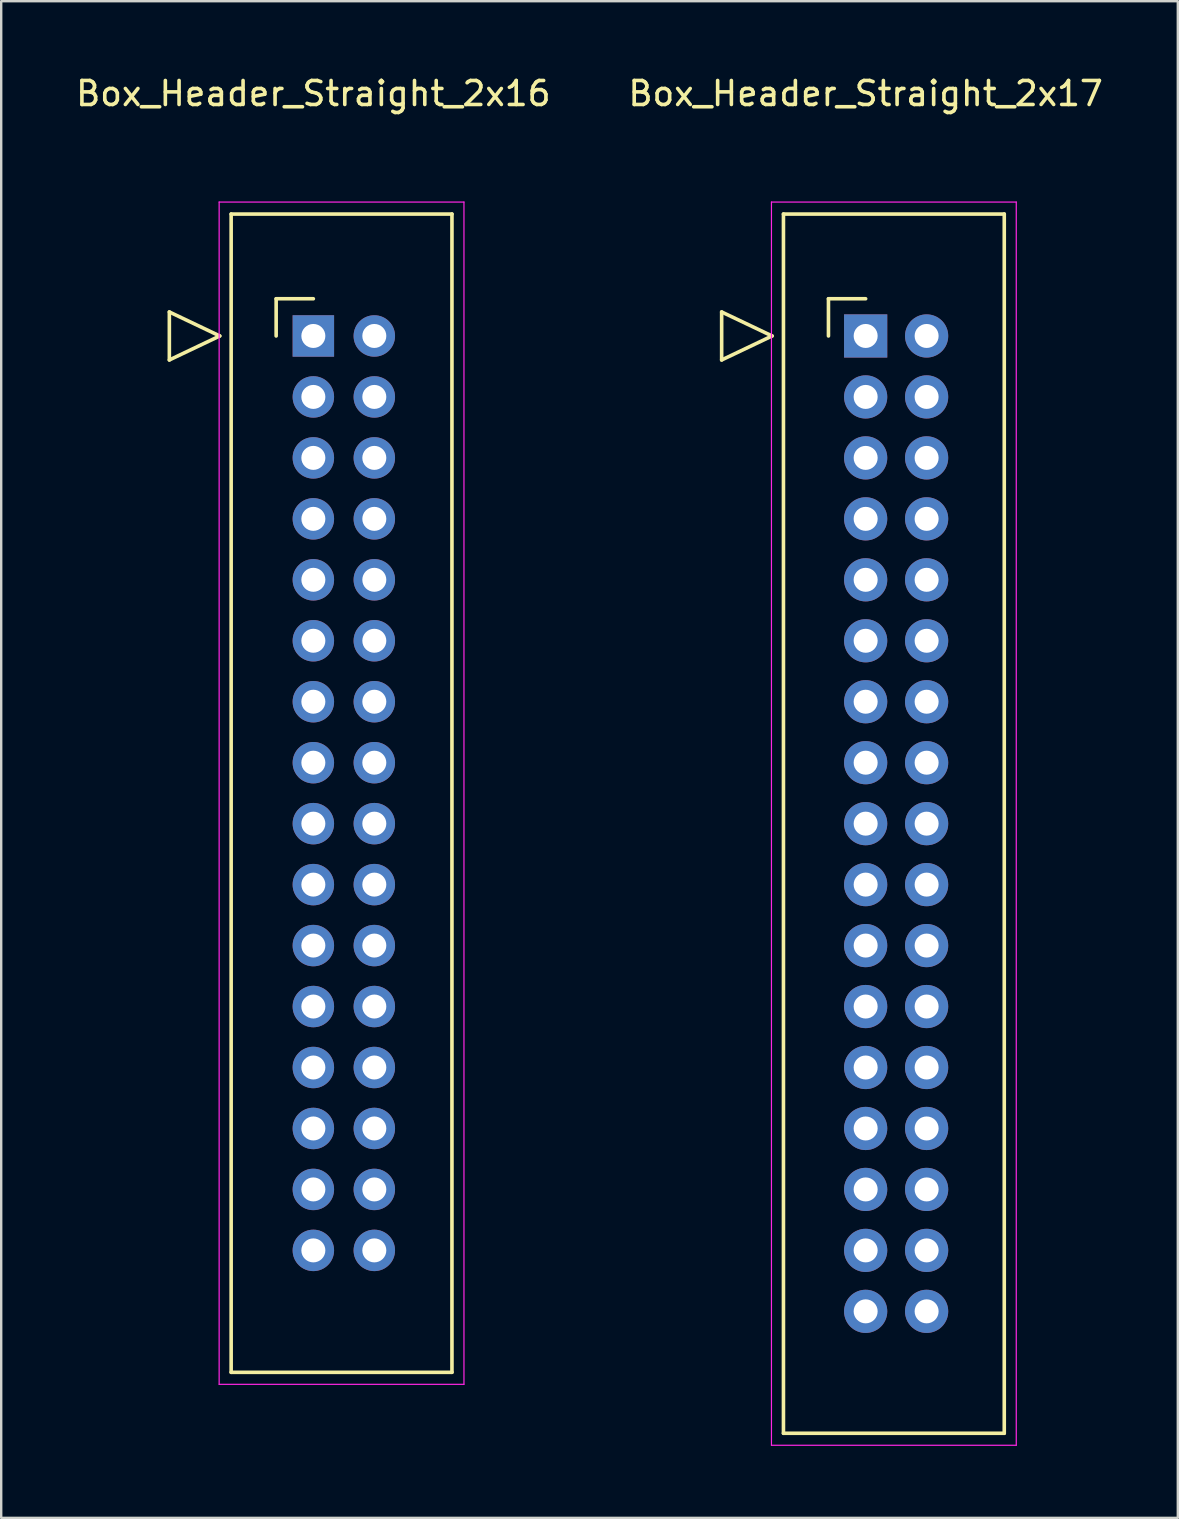
<source format=kicad_pcb>
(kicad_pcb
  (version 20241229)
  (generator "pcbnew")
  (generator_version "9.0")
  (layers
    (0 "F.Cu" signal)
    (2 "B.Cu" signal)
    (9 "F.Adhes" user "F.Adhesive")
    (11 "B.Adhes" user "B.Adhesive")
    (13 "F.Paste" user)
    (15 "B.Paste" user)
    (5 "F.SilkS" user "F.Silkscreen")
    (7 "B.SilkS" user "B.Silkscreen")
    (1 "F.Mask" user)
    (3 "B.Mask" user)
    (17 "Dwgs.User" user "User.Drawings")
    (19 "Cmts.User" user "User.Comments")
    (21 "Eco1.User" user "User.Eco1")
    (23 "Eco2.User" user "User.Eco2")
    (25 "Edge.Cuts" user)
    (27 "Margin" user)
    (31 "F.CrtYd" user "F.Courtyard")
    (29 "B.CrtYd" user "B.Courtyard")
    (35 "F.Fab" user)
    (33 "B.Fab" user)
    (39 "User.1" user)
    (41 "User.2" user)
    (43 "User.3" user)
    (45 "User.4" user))
  (footprint "Box_Header_Straight_2x17"
    (layer "F.Cu")
    (at 33.018 10.948)
    (property "Reference" "Box_Header_Straight_2x17" (at 0 -10.1 0) (layer "F.SilkS") (effects (font (size 1 1) (thickness 0.15))))
    (attr through_hole)
    (fp_line (start -6 -1) (end -3.9 0) (stroke (width 0.15) (type solid)) (layer "F.SilkS"))
    (fp_line (start -6 1) (end -6 -1) (stroke (width 0.15) (type solid)) (layer "F.SilkS"))
    (fp_line (start -3.9 0) (end -6 1) (stroke (width 0.15) (type solid)) (layer "F.SilkS"))
    (fp_line (start -3.425 -5.08) (end -3.425 45.72) (stroke (width 0.15) (type solid)) (layer "F.SilkS"))
    (fp_line (start -3.425 -5.08) (end 5.775 -5.08) (stroke (width 0.15) (type solid)) (layer "F.SilkS"))
    (fp_line (start -3.425 45.72) (end 5.775 45.72) (stroke (width 0.15) (type solid)) (layer "F.SilkS"))
    (fp_line (start -1.55 -1.55) (end -1.55 0) (stroke (width 0.15) (type solid)) (layer "F.SilkS"))
    (fp_line (start -1.55 -1.55) (end 0 -1.55) (stroke (width 0.15) (type solid)) (layer "F.SilkS"))
    (fp_line (start 5.775 -5.08) (end 5.775 45.72) (stroke (width 0.15) (type solid)) (layer "F.SilkS"))
    (fp_line (start -3.925 -5.58) (end -3.925 46.22) (stroke (width 0.05) (type solid)) (layer "F.CrtYd"))
    (fp_line (start -3.925 -5.58) (end 6.275 -5.58) (stroke (width 0.05) (type solid)) (layer "F.CrtYd"))
    (fp_line (start -3.925 46.22) (end 6.275 46.22) (stroke (width 0.05) (type solid)) (layer "F.CrtYd"))
    (fp_line (start 6.275 -5.58) (end 6.275 46.22) (stroke (width 0.05) (type solid)) (layer "F.CrtYd"))
    (pad "1" thru_hole rect (at 0 0) (size 1.8 1.8) (drill 1) (layers "*.Cu" "*.Mask"))
    (pad "2" thru_hole oval (at 2.54 0) (size 1.8 1.8) (drill 1) (layers "*.Cu" "*.Mask"))
    (pad "3" thru_hole oval (at 0 2.54) (size 1.8 1.8) (drill 1) (layers "*.Cu" "*.Mask"))
    (pad "4" thru_hole oval (at 2.54 2.54) (size 1.8 1.8) (drill 1) (layers "*.Cu" "*.Mask"))
    (pad "5" thru_hole oval (at 0 5.08) (size 1.8 1.8) (drill 1) (layers "*.Cu" "*.Mask"))
    (pad "6" thru_hole oval (at 2.54 5.08) (size 1.8 1.8) (drill 1) (layers "*.Cu" "*.Mask"))
    (pad "7" thru_hole oval (at 0 7.62) (size 1.8 1.8) (drill 1) (layers "*.Cu" "*.Mask"))
    (pad "8" thru_hole oval (at 2.54 7.62) (size 1.8 1.8) (drill 1) (layers "*.Cu" "*.Mask"))
    (pad "9" thru_hole oval (at 0 10.16) (size 1.8 1.8) (drill 1) (layers "*.Cu" "*.Mask"))
    (pad "10" thru_hole oval (at 2.54 10.16) (size 1.8 1.8) (drill 1) (layers "*.Cu" "*.Mask"))
    (pad "11" thru_hole oval (at 0 12.7) (size 1.8 1.8) (drill 1) (layers "*.Cu" "*.Mask"))
    (pad "12" thru_hole oval (at 2.54 12.7) (size 1.8 1.8) (drill 1) (layers "*.Cu" "*.Mask"))
    (pad "13" thru_hole oval (at 0 15.24) (size 1.8 1.8) (drill 1) (layers "*.Cu" "*.Mask"))
    (pad "14" thru_hole oval (at 2.54 15.24) (size 1.8 1.8) (drill 1) (layers "*.Cu" "*.Mask"))
    (pad "15" thru_hole oval (at 0 17.78) (size 1.8 1.8) (drill 1) (layers "*.Cu" "*.Mask"))
    (pad "16" thru_hole oval (at 2.54 17.78) (size 1.8 1.8) (drill 1) (layers "*.Cu" "*.Mask"))
    (pad "17" thru_hole oval (at 0 20.32) (size 1.8 1.8) (drill 1) (layers "*.Cu" "*.Mask"))
    (pad "18" thru_hole oval (at 2.54 20.32) (size 1.8 1.8) (drill 1) (layers "*.Cu" "*.Mask"))
    (pad "19" thru_hole oval (at 0 22.86) (size 1.8 1.8) (drill 1) (layers "*.Cu" "*.Mask"))
    (pad "20" thru_hole oval (at 2.54 22.86) (size 1.8 1.8) (drill 1) (layers "*.Cu" "*.Mask"))
    (pad "21" thru_hole oval (at 0 25.4) (size 1.8 1.8) (drill 1) (layers "*.Cu" "*.Mask"))
    (pad "22" thru_hole oval (at 2.54 25.4) (size 1.8 1.8) (drill 1) (layers "*.Cu" "*.Mask"))
    (pad "23" thru_hole oval (at 0 27.94) (size 1.8 1.8) (drill 1) (layers "*.Cu" "*.Mask"))
    (pad "24" thru_hole oval (at 2.54 27.94) (size 1.8 1.8) (drill 1) (layers "*.Cu" "*.Mask"))
    (pad "25" thru_hole oval (at 0 30.48) (size 1.8 1.8) (drill 1) (layers "*.Cu" "*.Mask"))
    (pad "26" thru_hole oval (at 2.54 30.48) (size 1.8 1.8) (drill 1) (layers "*.Cu" "*.Mask"))
    (pad "27" thru_hole oval (at 0 33.02) (size 1.8 1.8) (drill 1) (layers "*.Cu" "*.Mask"))
    (pad "28" thru_hole oval (at 2.54 33.02) (size 1.8 1.8) (drill 1) (layers "*.Cu" "*.Mask"))
    (pad "29" thru_hole oval (at 0 35.56) (size 1.8 1.8) (drill 1) (layers "*.Cu" "*.Mask"))
    (pad "30" thru_hole oval (at 2.54 35.56) (size 1.8 1.8) (drill 1) (layers "*.Cu" "*.Mask"))
    (pad "31" thru_hole oval (at 0 38.1) (size 1.8 1.8) (drill 1) (layers "*.Cu" "*.Mask"))
    (pad "32" thru_hole oval (at 2.54 38.1) (size 1.8 1.8) (drill 1) (layers "*.Cu" "*.Mask"))
    (pad "33" thru_hole oval (at 0 40.64) (size 1.8 1.8) (drill 1) (layers "*.Cu" "*.Mask"))
    (pad "34" thru_hole oval (at 2.54 40.64) (size 1.8 1.8) (drill 1) (layers "*.Cu" "*.Mask")))
  (footprint "Box_Header_Straight_2x16"
    (layer "F.Cu")
    (at 10.006 10.948)
    (property "Reference" "Box_Header_Straight_2x16" (at 0 -10.1 0) (layer "F.SilkS") (effects (font (size 1 1) (thickness 0.15))))
    (attr through_hole)
    (fp_line (start -6 -1) (end -3.9 0) (stroke (width 0.15) (type solid)) (layer "F.SilkS"))
    (fp_line (start -6 1) (end -6 -1) (stroke (width 0.15) (type solid)) (layer "F.SilkS"))
    (fp_line (start -3.9 0) (end -6 1) (stroke (width 0.15) (type solid)) (layer "F.SilkS"))
    (fp_line (start -3.425 -5.08) (end -3.425 43.18) (stroke (width 0.15) (type solid)) (layer "F.SilkS"))
    (fp_line (start -3.425 -5.08) (end 5.775 -5.08) (stroke (width 0.15) (type solid)) (layer "F.SilkS"))
    (fp_line (start -3.425 43.18) (end 5.775 43.18) (stroke (width 0.15) (type solid)) (layer "F.SilkS"))
    (fp_line (start -1.55 -1.55) (end -1.55 0) (stroke (width 0.15) (type solid)) (layer "F.SilkS"))
    (fp_line (start -1.55 -1.55) (end 0 -1.55) (stroke (width 0.15) (type solid)) (layer "F.SilkS"))
    (fp_line (start 5.775 -5.08) (end 5.775 43.18) (stroke (width 0.15) (type solid)) (layer "F.SilkS"))
    (fp_line (start -3.925 -5.58) (end -3.925 43.68) (stroke (width 0.05) (type solid)) (layer "F.CrtYd"))
    (fp_line (start -3.925 -5.58) (end 6.275 -5.58) (stroke (width 0.05) (type solid)) (layer "F.CrtYd"))
    (fp_line (start -3.925 43.68) (end 6.275 43.68) (stroke (width 0.05) (type solid)) (layer "F.CrtYd"))
    (fp_line (start 6.275 -5.58) (end 6.275 43.68) (stroke (width 0.05) (type solid)) (layer "F.CrtYd"))
    (pad "1" thru_hole rect (at 0 0) (size 1.727 1.727) (drill 1) (layers "*.Cu" "*.Mask"))
    (pad "2" thru_hole oval (at 2.54 0) (size 1.727 1.727) (drill 1) (layers "*.Cu" "*.Mask"))
    (pad "3" thru_hole oval (at 0 2.54) (size 1.727 1.727) (drill 1) (layers "*.Cu" "*.Mask"))
    (pad "4" thru_hole oval (at 2.54 2.54) (size 1.727 1.727) (drill 1) (layers "*.Cu" "*.Mask"))
    (pad "5" thru_hole oval (at 0 5.08) (size 1.727 1.727) (drill 1) (layers "*.Cu" "*.Mask"))
    (pad "6" thru_hole oval (at 2.54 5.08) (size 1.727 1.727) (drill 1) (layers "*.Cu" "*.Mask"))
    (pad "7" thru_hole oval (at 0 7.62) (size 1.727 1.727) (drill 1) (layers "*.Cu" "*.Mask"))
    (pad "8" thru_hole oval (at 2.54 7.62) (size 1.727 1.727) (drill 1) (layers "*.Cu" "*.Mask"))
    (pad "9" thru_hole oval (at 0 10.16) (size 1.727 1.727) (drill 1) (layers "*.Cu" "*.Mask"))
    (pad "10" thru_hole oval (at 2.54 10.16) (size 1.727 1.727) (drill 1) (layers "*.Cu" "*.Mask"))
    (pad "11" thru_hole oval (at 0 12.7) (size 1.727 1.727) (drill 1) (layers "*.Cu" "*.Mask"))
    (pad "12" thru_hole oval (at 2.54 12.7) (size 1.727 1.727) (drill 1) (layers "*.Cu" "*.Mask"))
    (pad "13" thru_hole oval (at 0 15.24) (size 1.727 1.727) (drill 1) (layers "*.Cu" "*.Mask"))
    (pad "14" thru_hole oval (at 2.54 15.24) (size 1.727 1.727) (drill 1) (layers "*.Cu" "*.Mask"))
    (pad "15" thru_hole oval (at 0 17.78) (size 1.727 1.727) (drill 1) (layers "*.Cu" "*.Mask"))
    (pad "16" thru_hole oval (at 2.54 17.78) (size 1.727 1.727) (drill 1) (layers "*.Cu" "*.Mask"))
    (pad "17" thru_hole oval (at 0 20.32) (size 1.727 1.727) (drill 1) (layers "*.Cu" "*.Mask"))
    (pad "18" thru_hole oval (at 2.54 20.32) (size 1.727 1.727) (drill 1) (layers "*.Cu" "*.Mask"))
    (pad "19" thru_hole oval (at 0 22.86) (size 1.727 1.727) (drill 1) (layers "*.Cu" "*.Mask"))
    (pad "20" thru_hole oval (at 2.54 22.86) (size 1.727 1.727) (drill 1) (layers "*.Cu" "*.Mask"))
    (pad "21" thru_hole oval (at 0 25.4) (size 1.727 1.727) (drill 1) (layers "*.Cu" "*.Mask"))
    (pad "22" thru_hole oval (at 2.54 25.4) (size 1.727 1.727) (drill 1) (layers "*.Cu" "*.Mask"))
    (pad "23" thru_hole oval (at 0 27.94) (size 1.727 1.727) (drill 1) (layers "*.Cu" "*.Mask"))
    (pad "24" thru_hole oval (at 2.54 27.94) (size 1.727 1.727) (drill 1) (layers "*.Cu" "*.Mask"))
    (pad "25" thru_hole oval (at 0 30.48) (size 1.727 1.727) (drill 1) (layers "*.Cu" "*.Mask"))
    (pad "26" thru_hole oval (at 2.54 30.48) (size 1.727 1.727) (drill 1) (layers "*.Cu" "*.Mask"))
    (pad "27" thru_hole oval (at 0 33.02) (size 1.727 1.727) (drill 1) (layers "*.Cu" "*.Mask"))
    (pad "28" thru_hole oval (at 2.54 33.02) (size 1.727 1.727) (drill 1) (layers "*.Cu" "*.Mask"))
    (pad "29" thru_hole oval (at 0 35.56) (size 1.727 1.727) (drill 1) (layers "*.Cu" "*.Mask"))
    (pad "30" thru_hole oval (at 2.54 35.56) (size 1.727 1.727) (drill 1) (layers "*.Cu" "*.Mask"))
    (pad "31" thru_hole oval (at 0 38.1) (size 1.727 1.727) (drill 1) (layers "*.Cu" "*.Mask"))
    (pad "32" thru_hole oval (at 2.54 38.1) (size 1.727 1.727) (drill 1) (layers "*.Cu" "*.Mask")))
  (gr_rect
    (start -3 -3)
    (end 46.024 60.193)
    (stroke (width 0.1) (type default))
    (fill no)
    (layer "Edge.Cuts")))
</source>
